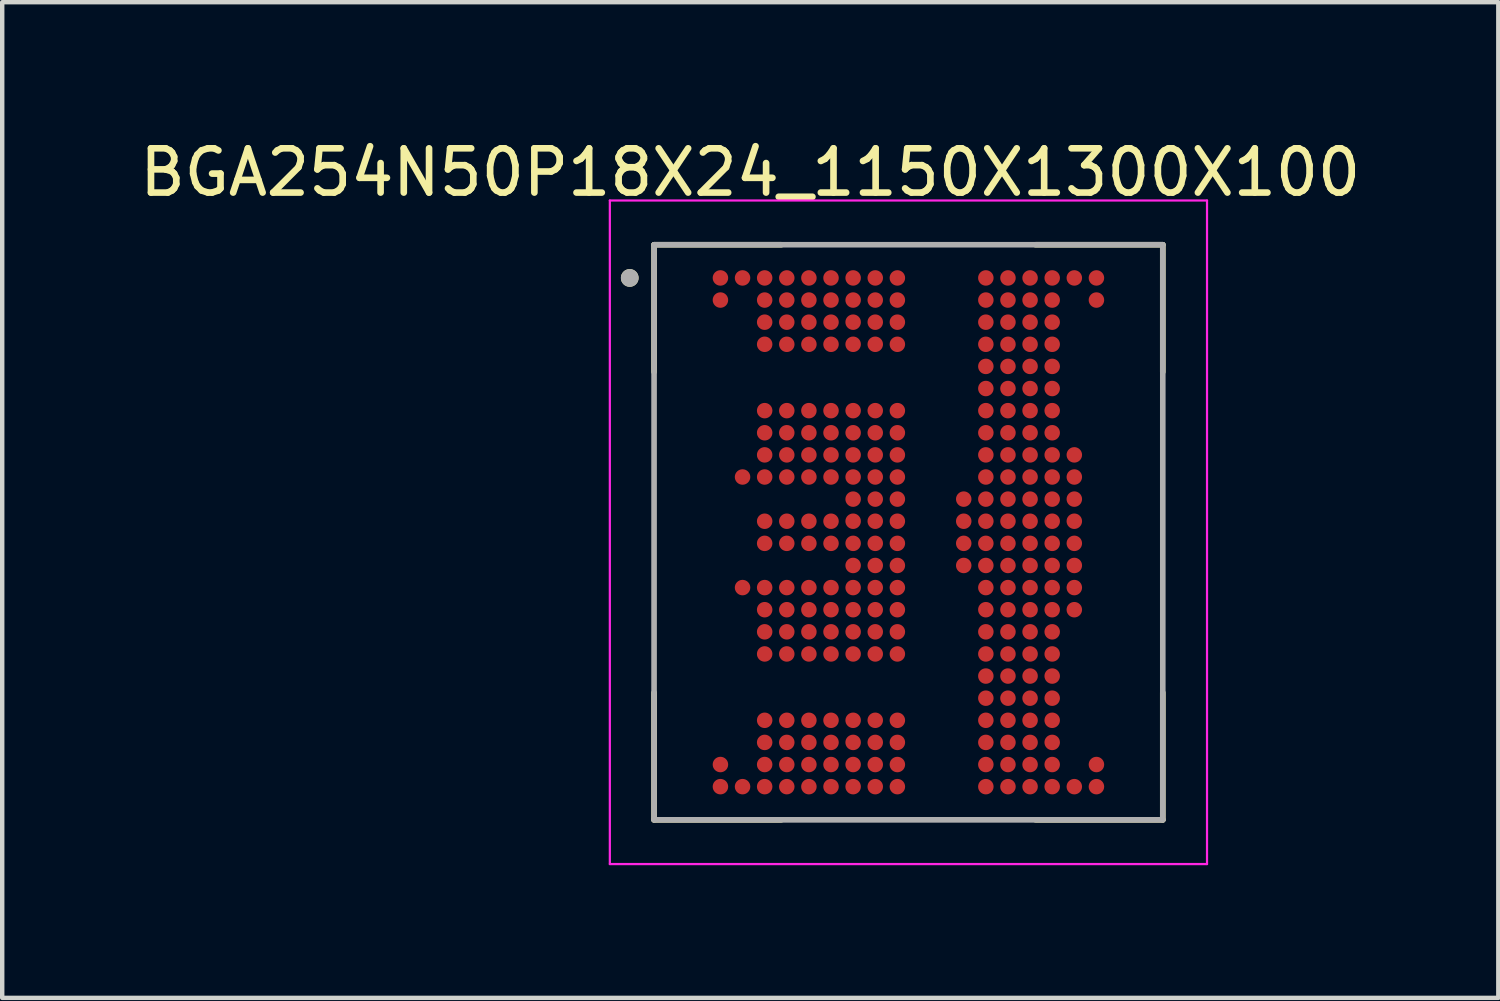
<source format=kicad_pcb>
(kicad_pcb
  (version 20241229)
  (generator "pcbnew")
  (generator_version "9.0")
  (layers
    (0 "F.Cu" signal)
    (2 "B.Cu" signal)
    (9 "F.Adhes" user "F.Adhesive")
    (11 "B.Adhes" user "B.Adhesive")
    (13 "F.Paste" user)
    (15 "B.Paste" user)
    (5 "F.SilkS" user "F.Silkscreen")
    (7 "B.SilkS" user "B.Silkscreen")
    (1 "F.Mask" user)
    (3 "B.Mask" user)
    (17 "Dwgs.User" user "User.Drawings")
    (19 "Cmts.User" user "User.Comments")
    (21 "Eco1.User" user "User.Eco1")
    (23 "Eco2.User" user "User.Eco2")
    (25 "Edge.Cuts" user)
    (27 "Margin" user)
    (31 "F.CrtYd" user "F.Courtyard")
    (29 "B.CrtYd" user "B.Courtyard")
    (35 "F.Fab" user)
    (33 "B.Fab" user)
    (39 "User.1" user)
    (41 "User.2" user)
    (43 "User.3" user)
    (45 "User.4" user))
  (footprint "BGA254N50P18X24_1150X1300X100"
    (layer "F.Cu")
    (at 17.486 8.983)
    (property "Reference" "BGA254N50P18X24_1150X1300X100" (at -3.575 -8.135 0) (layer "F.SilkS") (effects (font (size 1 1) (thickness 0.15))))
    (attr through_hole)
    (fp_circle (center -4.25 -5.75) (end -4.138 -5.75) (stroke (width 0.225) (type solid)) (fill no) (layer "F.Mask"))
    (fp_circle (center -4.25 -5.25) (end -4.138 -5.25) (stroke (width 0.225) (type solid)) (fill no) (layer "F.Mask"))
    (fp_circle (center -4.25 5.25) (end -4.138 5.25) (stroke (width 0.225) (type solid)) (fill no) (layer "F.Mask"))
    (fp_circle (center -4.25 5.75) (end -4.138 5.75) (stroke (width 0.225) (type solid)) (fill no) (layer "F.Mask"))
    (fp_circle (center -3.75 -5.75) (end -3.638 -5.75) (stroke (width 0.225) (type solid)) (fill no) (layer "F.Mask"))
    (fp_circle (center -3.75 -1.25) (end -3.638 -1.25) (stroke (width 0.225) (type solid)) (fill no) (layer "F.Mask"))
    (fp_circle (center -3.75 1.25) (end -3.638 1.25) (stroke (width 0.225) (type solid)) (fill no) (layer "F.Mask"))
    (fp_circle (center -3.75 5.75) (end -3.638 5.75) (stroke (width 0.225) (type solid)) (fill no) (layer "F.Mask"))
    (fp_circle (center -3.25 -5.75) (end -3.138 -5.75) (stroke (width 0.225) (type solid)) (fill no) (layer "F.Mask"))
    (fp_circle (center -3.25 -5.25) (end -3.138 -5.25) (stroke (width 0.225) (type solid)) (fill no) (layer "F.Mask"))
    (fp_circle (center -3.25 -4.75) (end -3.138 -4.75) (stroke (width 0.225) (type solid)) (fill no) (layer "F.Mask"))
    (fp_circle (center -3.25 -4.25) (end -3.138 -4.25) (stroke (width 0.225) (type solid)) (fill no) (layer "F.Mask"))
    (fp_circle (center -3.25 -2.75) (end -3.138 -2.75) (stroke (width 0.225) (type solid)) (fill no) (layer "F.Mask"))
    (fp_circle (center -3.25 -2.25) (end -3.138 -2.25) (stroke (width 0.225) (type solid)) (fill no) (layer "F.Mask"))
    (fp_circle (center -3.25 -1.75) (end -3.138 -1.75) (stroke (width 0.225) (type solid)) (fill no) (layer "F.Mask"))
    (fp_circle (center -3.25 -1.25) (end -3.138 -1.25) (stroke (width 0.225) (type solid)) (fill no) (layer "F.Mask"))
    (fp_circle (center -3.25 -0.25) (end -3.138 -0.25) (stroke (width 0.225) (type solid)) (fill no) (layer "F.Mask"))
    (fp_circle (center -3.25 0.25) (end -3.138 0.25) (stroke (width 0.225) (type solid)) (fill no) (layer "F.Mask"))
    (fp_circle (center -3.25 1.25) (end -3.138 1.25) (stroke (width 0.225) (type solid)) (fill no) (layer "F.Mask"))
    (fp_circle (center -3.25 1.75) (end -3.138 1.75) (stroke (width 0.225) (type solid)) (fill no) (layer "F.Mask"))
    (fp_circle (center -3.25 2.25) (end -3.138 2.25) (stroke (width 0.225) (type solid)) (fill no) (layer "F.Mask"))
    (fp_circle (center -3.25 2.75) (end -3.138 2.75) (stroke (width 0.225) (type solid)) (fill no) (layer "F.Mask"))
    (fp_circle (center -3.25 4.25) (end -3.138 4.25) (stroke (width 0.225) (type solid)) (fill no) (layer "F.Mask"))
    (fp_circle (center -3.25 4.75) (end -3.138 4.75) (stroke (width 0.225) (type solid)) (fill no) (layer "F.Mask"))
    (fp_circle (center -3.25 5.25) (end -3.138 5.25) (stroke (width 0.225) (type solid)) (fill no) (layer "F.Mask"))
    (fp_circle (center -3.25 5.75) (end -3.138 5.75) (stroke (width 0.225) (type solid)) (fill no) (layer "F.Mask"))
    (fp_circle (center -2.75 -5.75) (end -2.638 -5.75) (stroke (width 0.225) (type solid)) (fill no) (layer "F.Mask"))
    (fp_circle (center -2.75 -5.25) (end -2.638 -5.25) (stroke (width 0.225) (type solid)) (fill no) (layer "F.Mask"))
    (fp_circle (center -2.75 -4.75) (end -2.638 -4.75) (stroke (width 0.225) (type solid)) (fill no) (layer "F.Mask"))
    (fp_circle (center -2.75 -4.25) (end -2.638 -4.25) (stroke (width 0.225) (type solid)) (fill no) (layer "F.Mask"))
    (fp_circle (center -2.75 -2.75) (end -2.638 -2.75) (stroke (width 0.225) (type solid)) (fill no) (layer "F.Mask"))
    (fp_circle (center -2.75 -2.25) (end -2.638 -2.25) (stroke (width 0.225) (type solid)) (fill no) (layer "F.Mask"))
    (fp_circle (center -2.75 -1.75) (end -2.638 -1.75) (stroke (width 0.225) (type solid)) (fill no) (layer "F.Mask"))
    (fp_circle (center -2.75 -1.25) (end -2.638 -1.25) (stroke (width 0.225) (type solid)) (fill no) (layer "F.Mask"))
    (fp_circle (center -2.75 -0.25) (end -2.638 -0.25) (stroke (width 0.225) (type solid)) (fill no) (layer "F.Mask"))
    (fp_circle (center -2.75 0.25) (end -2.638 0.25) (stroke (width 0.225) (type solid)) (fill no) (layer "F.Mask"))
    (fp_circle (center -2.75 1.25) (end -2.638 1.25) (stroke (width 0.225) (type solid)) (fill no) (layer "F.Mask"))
    (fp_circle (center -2.75 1.75) (end -2.638 1.75) (stroke (width 0.225) (type solid)) (fill no) (layer "F.Mask"))
    (fp_circle (center -2.75 2.25) (end -2.638 2.25) (stroke (width 0.225) (type solid)) (fill no) (layer "F.Mask"))
    (fp_circle (center -2.75 2.75) (end -2.638 2.75) (stroke (width 0.225) (type solid)) (fill no) (layer "F.Mask"))
    (fp_circle (center -2.75 4.25) (end -2.638 4.25) (stroke (width 0.225) (type solid)) (fill no) (layer "F.Mask"))
    (fp_circle (center -2.75 4.75) (end -2.638 4.75) (stroke (width 0.225) (type solid)) (fill no) (layer "F.Mask"))
    (fp_circle (center -2.75 5.25) (end -2.638 5.25) (stroke (width 0.225) (type solid)) (fill no) (layer "F.Mask"))
    (fp_circle (center -2.75 5.75) (end -2.638 5.75) (stroke (width 0.225) (type solid)) (fill no) (layer "F.Mask"))
    (fp_circle (center -2.25 -5.75) (end -2.138 -5.75) (stroke (width 0.225) (type solid)) (fill no) (layer "F.Mask"))
    (fp_circle (center -2.25 -5.25) (end -2.138 -5.25) (stroke (width 0.225) (type solid)) (fill no) (layer "F.Mask"))
    (fp_circle (center -2.25 -4.75) (end -2.138 -4.75) (stroke (width 0.225) (type solid)) (fill no) (layer "F.Mask"))
    (fp_circle (center -2.25 -4.25) (end -2.138 -4.25) (stroke (width 0.225) (type solid)) (fill no) (layer "F.Mask"))
    (fp_circle (center -2.25 -2.75) (end -2.138 -2.75) (stroke (width 0.225) (type solid)) (fill no) (layer "F.Mask"))
    (fp_circle (center -2.25 -2.25) (end -2.138 -2.25) (stroke (width 0.225) (type solid)) (fill no) (layer "F.Mask"))
    (fp_circle (center -2.25 -1.75) (end -2.138 -1.75) (stroke (width 0.225) (type solid)) (fill no) (layer "F.Mask"))
    (fp_circle (center -2.25 -1.25) (end -2.138 -1.25) (stroke (width 0.225) (type solid)) (fill no) (layer "F.Mask"))
    (fp_circle (center -2.25 -0.25) (end -2.138 -0.25) (stroke (width 0.225) (type solid)) (fill no) (layer "F.Mask"))
    (fp_circle (center -2.25 0.25) (end -2.138 0.25) (stroke (width 0.225) (type solid)) (fill no) (layer "F.Mask"))
    (fp_circle (center -2.25 1.25) (end -2.138 1.25) (stroke (width 0.225) (type solid)) (fill no) (layer "F.Mask"))
    (fp_circle (center -2.25 1.75) (end -2.138 1.75) (stroke (width 0.225) (type solid)) (fill no) (layer "F.Mask"))
    (fp_circle (center -2.25 2.25) (end -2.138 2.25) (stroke (width 0.225) (type solid)) (fill no) (layer "F.Mask"))
    (fp_circle (center -2.25 2.75) (end -2.138 2.75) (stroke (width 0.225) (type solid)) (fill no) (layer "F.Mask"))
    (fp_circle (center -2.25 4.25) (end -2.138 4.25) (stroke (width 0.225) (type solid)) (fill no) (layer "F.Mask"))
    (fp_circle (center -2.25 4.75) (end -2.138 4.75) (stroke (width 0.225) (type solid)) (fill no) (layer "F.Mask"))
    (fp_circle (center -2.25 5.25) (end -2.138 5.25) (stroke (width 0.225) (type solid)) (fill no) (layer "F.Mask"))
    (fp_circle (center -2.25 5.75) (end -2.138 5.75) (stroke (width 0.225) (type solid)) (fill no) (layer "F.Mask"))
    (fp_circle (center -1.75 -5.75) (end -1.637 -5.75) (stroke (width 0.225) (type solid)) (fill no) (layer "F.Mask"))
    (fp_circle (center -1.75 -5.25) (end -1.637 -5.25) (stroke (width 0.225) (type solid)) (fill no) (layer "F.Mask"))
    (fp_circle (center -1.75 -4.75) (end -1.637 -4.75) (stroke (width 0.225) (type solid)) (fill no) (layer "F.Mask"))
    (fp_circle (center -1.75 -4.25) (end -1.637 -4.25) (stroke (width 0.225) (type solid)) (fill no) (layer "F.Mask"))
    (fp_circle (center -1.75 -2.75) (end -1.637 -2.75) (stroke (width 0.225) (type solid)) (fill no) (layer "F.Mask"))
    (fp_circle (center -1.75 -2.25) (end -1.637 -2.25) (stroke (width 0.225) (type solid)) (fill no) (layer "F.Mask"))
    (fp_circle (center -1.75 -1.75) (end -1.637 -1.75) (stroke (width 0.225) (type solid)) (fill no) (layer "F.Mask"))
    (fp_circle (center -1.75 -1.25) (end -1.637 -1.25) (stroke (width 0.225) (type solid)) (fill no) (layer "F.Mask"))
    (fp_circle (center -1.75 -0.25) (end -1.637 -0.25) (stroke (width 0.225) (type solid)) (fill no) (layer "F.Mask"))
    (fp_circle (center -1.75 0.25) (end -1.637 0.25) (stroke (width 0.225) (type solid)) (fill no) (layer "F.Mask"))
    (fp_circle (center -1.75 1.25) (end -1.637 1.25) (stroke (width 0.225) (type solid)) (fill no) (layer "F.Mask"))
    (fp_circle (center -1.75 1.75) (end -1.637 1.75) (stroke (width 0.225) (type solid)) (fill no) (layer "F.Mask"))
    (fp_circle (center -1.75 2.25) (end -1.637 2.25) (stroke (width 0.225) (type solid)) (fill no) (layer "F.Mask"))
    (fp_circle (center -1.75 2.75) (end -1.637 2.75) (stroke (width 0.225) (type solid)) (fill no) (layer "F.Mask"))
    (fp_circle (center -1.75 4.25) (end -1.637 4.25) (stroke (width 0.225) (type solid)) (fill no) (layer "F.Mask"))
    (fp_circle (center -1.75 4.75) (end -1.637 4.75) (stroke (width 0.225) (type solid)) (fill no) (layer "F.Mask"))
    (fp_circle (center -1.75 5.25) (end -1.637 5.25) (stroke (width 0.225) (type solid)) (fill no) (layer "F.Mask"))
    (fp_circle (center -1.75 5.75) (end -1.637 5.75) (stroke (width 0.225) (type solid)) (fill no) (layer "F.Mask"))
    (fp_circle (center -1.25 -5.75) (end -1.137 -5.75) (stroke (width 0.225) (type solid)) (fill no) (layer "F.Mask"))
    (fp_circle (center -1.25 -5.25) (end -1.137 -5.25) (stroke (width 0.225) (type solid)) (fill no) (layer "F.Mask"))
    (fp_circle (center -1.25 -4.75) (end -1.137 -4.75) (stroke (width 0.225) (type solid)) (fill no) (layer "F.Mask"))
    (fp_circle (center -1.25 -4.25) (end -1.137 -4.25) (stroke (width 0.225) (type solid)) (fill no) (layer "F.Mask"))
    (fp_circle (center -1.25 -2.75) (end -1.137 -2.75) (stroke (width 0.225) (type solid)) (fill no) (layer "F.Mask"))
    (fp_circle (center -1.25 -2.25) (end -1.137 -2.25) (stroke (width 0.225) (type solid)) (fill no) (layer "F.Mask"))
    (fp_circle (center -1.25 -1.75) (end -1.137 -1.75) (stroke (width 0.225) (type solid)) (fill no) (layer "F.Mask"))
    (fp_circle (center -1.25 -1.25) (end -1.137 -1.25) (stroke (width 0.225) (type solid)) (fill no) (layer "F.Mask"))
    (fp_circle (center -1.25 -0.75) (end -1.137 -0.75) (stroke (width 0.225) (type solid)) (fill no) (layer "F.Mask"))
    (fp_circle (center -1.25 -0.25) (end -1.137 -0.25) (stroke (width 0.225) (type solid)) (fill no) (layer "F.Mask"))
    (fp_circle (center -1.25 0.25) (end -1.137 0.25) (stroke (width 0.225) (type solid)) (fill no) (layer "F.Mask"))
    (fp_circle (center -1.25 0.75) (end -1.137 0.75) (stroke (width 0.225) (type solid)) (fill no) (layer "F.Mask"))
    (fp_circle (center -1.25 1.25) (end -1.137 1.25) (stroke (width 0.225) (type solid)) (fill no) (layer "F.Mask"))
    (fp_circle (center -1.25 1.75) (end -1.137 1.75) (stroke (width 0.225) (type solid)) (fill no) (layer "F.Mask"))
    (fp_circle (center -1.25 2.25) (end -1.137 2.25) (stroke (width 0.225) (type solid)) (fill no) (layer "F.Mask"))
    (fp_circle (center -1.25 2.75) (end -1.137 2.75) (stroke (width 0.225) (type solid)) (fill no) (layer "F.Mask"))
    (fp_circle (center -1.25 4.25) (end -1.137 4.25) (stroke (width 0.225) (type solid)) (fill no) (layer "F.Mask"))
    (fp_circle (center -1.25 4.75) (end -1.137 4.75) (stroke (width 0.225) (type solid)) (fill no) (layer "F.Mask"))
    (fp_circle (center -1.25 5.25) (end -1.137 5.25) (stroke (width 0.225) (type solid)) (fill no) (layer "F.Mask"))
    (fp_circle (center -1.25 5.75) (end -1.137 5.75) (stroke (width 0.225) (type solid)) (fill no) (layer "F.Mask"))
    (fp_circle (center -0.75 -5.75) (end -0.637 -5.75) (stroke (width 0.225) (type solid)) (fill no) (layer "F.Mask"))
    (fp_circle (center -0.75 -5.25) (end -0.637 -5.25) (stroke (width 0.225) (type solid)) (fill no) (layer "F.Mask"))
    (fp_circle (center -0.75 -4.75) (end -0.637 -4.75) (stroke (width 0.225) (type solid)) (fill no) (layer "F.Mask"))
    (fp_circle (center -0.75 -4.25) (end -0.637 -4.25) (stroke (width 0.225) (type solid)) (fill no) (layer "F.Mask"))
    (fp_circle (center -0.75 -2.75) (end -0.637 -2.75) (stroke (width 0.225) (type solid)) (fill no) (layer "F.Mask"))
    (fp_circle (center -0.75 -2.25) (end -0.637 -2.25) (stroke (width 0.225) (type solid)) (fill no) (layer "F.Mask"))
    (fp_circle (center -0.75 -1.75) (end -0.637 -1.75) (stroke (width 0.225) (type solid)) (fill no) (layer "F.Mask"))
    (fp_circle (center -0.75 -1.25) (end -0.637 -1.25) (stroke (width 0.225) (type solid)) (fill no) (layer "F.Mask"))
    (fp_circle (center -0.75 -0.75) (end -0.637 -0.75) (stroke (width 0.225) (type solid)) (fill no) (layer "F.Mask"))
    (fp_circle (center -0.75 -0.25) (end -0.637 -0.25) (stroke (width 0.225) (type solid)) (fill no) (layer "F.Mask"))
    (fp_circle (center -0.75 0.25) (end -0.637 0.25) (stroke (width 0.225) (type solid)) (fill no) (layer "F.Mask"))
    (fp_circle (center -0.75 0.75) (end -0.637 0.75) (stroke (width 0.225) (type solid)) (fill no) (layer "F.Mask"))
    (fp_circle (center -0.75 1.25) (end -0.637 1.25) (stroke (width 0.225) (type solid)) (fill no) (layer "F.Mask"))
    (fp_circle (center -0.75 1.75) (end -0.637 1.75) (stroke (width 0.225) (type solid)) (fill no) (layer "F.Mask"))
    (fp_circle (center -0.75 2.25) (end -0.637 2.25) (stroke (width 0.225) (type solid)) (fill no) (layer "F.Mask"))
    (fp_circle (center -0.75 2.75) (end -0.637 2.75) (stroke (width 0.225) (type solid)) (fill no) (layer "F.Mask"))
    (fp_circle (center -0.75 4.25) (end -0.637 4.25) (stroke (width 0.225) (type solid)) (fill no) (layer "F.Mask"))
    (fp_circle (center -0.75 4.75) (end -0.637 4.75) (stroke (width 0.225) (type solid)) (fill no) (layer "F.Mask"))
    (fp_circle (center -0.75 5.25) (end -0.637 5.25) (stroke (width 0.225) (type solid)) (fill no) (layer "F.Mask"))
    (fp_circle (center -0.75 5.75) (end -0.637 5.75) (stroke (width 0.225) (type solid)) (fill no) (layer "F.Mask"))
    (fp_circle (center -0.25 -5.75) (end -0.138 -5.75) (stroke (width 0.225) (type solid)) (fill no) (layer "F.Mask"))
    (fp_circle (center -0.25 -5.25) (end -0.138 -5.25) (stroke (width 0.225) (type solid)) (fill no) (layer "F.Mask"))
    (fp_circle (center -0.25 -4.75) (end -0.138 -4.75) (stroke (width 0.225) (type solid)) (fill no) (layer "F.Mask"))
    (fp_circle (center -0.25 -4.25) (end -0.138 -4.25) (stroke (width 0.225) (type solid)) (fill no) (layer "F.Mask"))
    (fp_circle (center -0.25 -2.75) (end -0.138 -2.75) (stroke (width 0.225) (type solid)) (fill no) (layer "F.Mask"))
    (fp_circle (center -0.25 -2.25) (end -0.138 -2.25) (stroke (width 0.225) (type solid)) (fill no) (layer "F.Mask"))
    (fp_circle (center -0.25 -1.75) (end -0.138 -1.75) (stroke (width 0.225) (type solid)) (fill no) (layer "F.Mask"))
    (fp_circle (center -0.25 -1.25) (end -0.138 -1.25) (stroke (width 0.225) (type solid)) (fill no) (layer "F.Mask"))
    (fp_circle (center -0.25 -0.75) (end -0.138 -0.75) (stroke (width 0.225) (type solid)) (fill no) (layer "F.Mask"))
    (fp_circle (center -0.25 -0.25) (end -0.138 -0.25) (stroke (width 0.225) (type solid)) (fill no) (layer "F.Mask"))
    (fp_circle (center -0.25 0.25) (end -0.138 0.25) (stroke (width 0.225) (type solid)) (fill no) (layer "F.Mask"))
    (fp_circle (center -0.25 0.75) (end -0.138 0.75) (stroke (width 0.225) (type solid)) (fill no) (layer "F.Mask"))
    (fp_circle (center -0.25 1.25) (end -0.138 1.25) (stroke (width 0.225) (type solid)) (fill no) (layer "F.Mask"))
    (fp_circle (center -0.25 1.75) (end -0.138 1.75) (stroke (width 0.225) (type solid)) (fill no) (layer "F.Mask"))
    (fp_circle (center -0.25 2.25) (end -0.138 2.25) (stroke (width 0.225) (type solid)) (fill no) (layer "F.Mask"))
    (fp_circle (center -0.25 2.75) (end -0.138 2.75) (stroke (width 0.225) (type solid)) (fill no) (layer "F.Mask"))
    (fp_circle (center -0.25 4.25) (end -0.138 4.25) (stroke (width 0.225) (type solid)) (fill no) (layer "F.Mask"))
    (fp_circle (center -0.25 4.75) (end -0.138 4.75) (stroke (width 0.225) (type solid)) (fill no) (layer "F.Mask"))
    (fp_circle (center -0.25 5.25) (end -0.138 5.25) (stroke (width 0.225) (type solid)) (fill no) (layer "F.Mask"))
    (fp_circle (center -0.25 5.75) (end -0.138 5.75) (stroke (width 0.225) (type solid)) (fill no) (layer "F.Mask"))
    (fp_circle (center 1.25 -0.75) (end 1.363 -0.75) (stroke (width 0.225) (type solid)) (fill no) (layer "F.Mask"))
    (fp_circle (center 1.25 -0.25) (end 1.363 -0.25) (stroke (width 0.225) (type solid)) (fill no) (layer "F.Mask"))
    (fp_circle (center 1.25 0.25) (end 1.363 0.25) (stroke (width 0.225) (type solid)) (fill no) (layer "F.Mask"))
    (fp_circle (center 1.25 0.75) (end 1.363 0.75) (stroke (width 0.225) (type solid)) (fill no) (layer "F.Mask"))
    (fp_circle (center 1.75 -5.75) (end 1.863 -5.75) (stroke (width 0.225) (type solid)) (fill no) (layer "F.Mask"))
    (fp_circle (center 1.75 -5.25) (end 1.863 -5.25) (stroke (width 0.225) (type solid)) (fill no) (layer "F.Mask"))
    (fp_circle (center 1.75 -4.75) (end 1.863 -4.75) (stroke (width 0.225) (type solid)) (fill no) (layer "F.Mask"))
    (fp_circle (center 1.75 -4.25) (end 1.863 -4.25) (stroke (width 0.225) (type solid)) (fill no) (layer "F.Mask"))
    (fp_circle (center 1.75 -3.75) (end 1.863 -3.75) (stroke (width 0.225) (type solid)) (fill no) (layer "F.Mask"))
    (fp_circle (center 1.75 -3.25) (end 1.863 -3.25) (stroke (width 0.225) (type solid)) (fill no) (layer "F.Mask"))
    (fp_circle (center 1.75 -2.75) (end 1.863 -2.75) (stroke (width 0.225) (type solid)) (fill no) (layer "F.Mask"))
    (fp_circle (center 1.75 -2.25) (end 1.863 -2.25) (stroke (width 0.225) (type solid)) (fill no) (layer "F.Mask"))
    (fp_circle (center 1.75 -1.75) (end 1.863 -1.75) (stroke (width 0.225) (type solid)) (fill no) (layer "F.Mask"))
    (fp_circle (center 1.75 -1.25) (end 1.863 -1.25) (stroke (width 0.225) (type solid)) (fill no) (layer "F.Mask"))
    (fp_circle (center 1.75 -0.75) (end 1.863 -0.75) (stroke (width 0.225) (type solid)) (fill no) (layer "F.Mask"))
    (fp_circle (center 1.75 -0.25) (end 1.863 -0.25) (stroke (width 0.225) (type solid)) (fill no) (layer "F.Mask"))
    (fp_circle (center 1.75 0.25) (end 1.863 0.25) (stroke (width 0.225) (type solid)) (fill no) (layer "F.Mask"))
    (fp_circle (center 1.75 0.75) (end 1.863 0.75) (stroke (width 0.225) (type solid)) (fill no) (layer "F.Mask"))
    (fp_circle (center 1.75 1.25) (end 1.863 1.25) (stroke (width 0.225) (type solid)) (fill no) (layer "F.Mask"))
    (fp_circle (center 1.75 1.75) (end 1.863 1.75) (stroke (width 0.225) (type solid)) (fill no) (layer "F.Mask"))
    (fp_circle (center 1.75 2.25) (end 1.863 2.25) (stroke (width 0.225) (type solid)) (fill no) (layer "F.Mask"))
    (fp_circle (center 1.75 2.75) (end 1.863 2.75) (stroke (width 0.225) (type solid)) (fill no) (layer "F.Mask"))
    (fp_circle (center 1.75 3.25) (end 1.863 3.25) (stroke (width 0.225) (type solid)) (fill no) (layer "F.Mask"))
    (fp_circle (center 1.75 3.75) (end 1.863 3.75) (stroke (width 0.225) (type solid)) (fill no) (layer "F.Mask"))
    (fp_circle (center 1.75 4.25) (end 1.863 4.25) (stroke (width 0.225) (type solid)) (fill no) (layer "F.Mask"))
    (fp_circle (center 1.75 4.75) (end 1.863 4.75) (stroke (width 0.225) (type solid)) (fill no) (layer "F.Mask"))
    (fp_circle (center 1.75 5.25) (end 1.863 5.25) (stroke (width 0.225) (type solid)) (fill no) (layer "F.Mask"))
    (fp_circle (center 1.75 5.75) (end 1.863 5.75) (stroke (width 0.225) (type solid)) (fill no) (layer "F.Mask"))
    (fp_circle (center 2.25 -5.75) (end 2.362 -5.75) (stroke (width 0.225) (type solid)) (fill no) (layer "F.Mask"))
    (fp_circle (center 2.25 -5.25) (end 2.362 -5.25) (stroke (width 0.225) (type solid)) (fill no) (layer "F.Mask"))
    (fp_circle (center 2.25 -4.75) (end 2.362 -4.75) (stroke (width 0.225) (type solid)) (fill no) (layer "F.Mask"))
    (fp_circle (center 2.25 -4.25) (end 2.362 -4.25) (stroke (width 0.225) (type solid)) (fill no) (layer "F.Mask"))
    (fp_circle (center 2.25 -3.75) (end 2.362 -3.75) (stroke (width 0.225) (type solid)) (fill no) (layer "F.Mask"))
    (fp_circle (center 2.25 -3.25) (end 2.362 -3.25) (stroke (width 0.225) (type solid)) (fill no) (layer "F.Mask"))
    (fp_circle (center 2.25 -2.75) (end 2.362 -2.75) (stroke (width 0.225) (type solid)) (fill no) (layer "F.Mask"))
    (fp_circle (center 2.25 -2.25) (end 2.362 -2.25) (stroke (width 0.225) (type solid)) (fill no) (layer "F.Mask"))
    (fp_circle (center 2.25 -1.75) (end 2.362 -1.75) (stroke (width 0.225) (type solid)) (fill no) (layer "F.Mask"))
    (fp_circle (center 2.25 -1.25) (end 2.362 -1.25) (stroke (width 0.225) (type solid)) (fill no) (layer "F.Mask"))
    (fp_circle (center 2.25 -0.75) (end 2.362 -0.75) (stroke (width 0.225) (type solid)) (fill no) (layer "F.Mask"))
    (fp_circle (center 2.25 -0.25) (end 2.362 -0.25) (stroke (width 0.225) (type solid)) (fill no) (layer "F.Mask"))
    (fp_circle (center 2.25 0.25) (end 2.362 0.25) (stroke (width 0.225) (type solid)) (fill no) (layer "F.Mask"))
    (fp_circle (center 2.25 0.75) (end 2.362 0.75) (stroke (width 0.225) (type solid)) (fill no) (layer "F.Mask"))
    (fp_circle (center 2.25 1.25) (end 2.362 1.25) (stroke (width 0.225) (type solid)) (fill no) (layer "F.Mask"))
    (fp_circle (center 2.25 1.75) (end 2.362 1.75) (stroke (width 0.225) (type solid)) (fill no) (layer "F.Mask"))
    (fp_circle (center 2.25 2.25) (end 2.362 2.25) (stroke (width 0.225) (type solid)) (fill no) (layer "F.Mask"))
    (fp_circle (center 2.25 2.75) (end 2.362 2.75) (stroke (width 0.225) (type solid)) (fill no) (layer "F.Mask"))
    (fp_circle (center 2.25 3.25) (end 2.362 3.25) (stroke (width 0.225) (type solid)) (fill no) (layer "F.Mask"))
    (fp_circle (center 2.25 3.75) (end 2.362 3.75) (stroke (width 0.225) (type solid)) (fill no) (layer "F.Mask"))
    (fp_circle (center 2.25 4.25) (end 2.362 4.25) (stroke (width 0.225) (type solid)) (fill no) (layer "F.Mask"))
    (fp_circle (center 2.25 4.75) (end 2.362 4.75) (stroke (width 0.225) (type solid)) (fill no) (layer "F.Mask"))
    (fp_circle (center 2.25 5.25) (end 2.362 5.25) (stroke (width 0.225) (type solid)) (fill no) (layer "F.Mask"))
    (fp_circle (center 2.25 5.75) (end 2.362 5.75) (stroke (width 0.225) (type solid)) (fill no) (layer "F.Mask"))
    (fp_circle (center 2.75 -5.75) (end 2.862 -5.75) (stroke (width 0.225) (type solid)) (fill no) (layer "F.Mask"))
    (fp_circle (center 2.75 -5.25) (end 2.862 -5.25) (stroke (width 0.225) (type solid)) (fill no) (layer "F.Mask"))
    (fp_circle (center 2.75 -4.75) (end 2.862 -4.75) (stroke (width 0.225) (type solid)) (fill no) (layer "F.Mask"))
    (fp_circle (center 2.75 -4.25) (end 2.862 -4.25) (stroke (width 0.225) (type solid)) (fill no) (layer "F.Mask"))
    (fp_circle (center 2.75 -3.75) (end 2.862 -3.75) (stroke (width 0.225) (type solid)) (fill no) (layer "F.Mask"))
    (fp_circle (center 2.75 -3.25) (end 2.862 -3.25) (stroke (width 0.225) (type solid)) (fill no) (layer "F.Mask"))
    (fp_circle (center 2.75 -2.75) (end 2.862 -2.75) (stroke (width 0.225) (type solid)) (fill no) (layer "F.Mask"))
    (fp_circle (center 2.75 -2.25) (end 2.862 -2.25) (stroke (width 0.225) (type solid)) (fill no) (layer "F.Mask"))
    (fp_circle (center 2.75 -1.75) (end 2.862 -1.75) (stroke (width 0.225) (type solid)) (fill no) (layer "F.Mask"))
    (fp_circle (center 2.75 -1.25) (end 2.862 -1.25) (stroke (width 0.225) (type solid)) (fill no) (layer "F.Mask"))
    (fp_circle (center 2.75 -0.75) (end 2.862 -0.75) (stroke (width 0.225) (type solid)) (fill no) (layer "F.Mask"))
    (fp_circle (center 2.75 -0.25) (end 2.862 -0.25) (stroke (width 0.225) (type solid)) (fill no) (layer "F.Mask"))
    (fp_circle (center 2.75 0.25) (end 2.862 0.25) (stroke (width 0.225) (type solid)) (fill no) (layer "F.Mask"))
    (fp_circle (center 2.75 0.75) (end 2.862 0.75) (stroke (width 0.225) (type solid)) (fill no) (layer "F.Mask"))
    (fp_circle (center 2.75 1.25) (end 2.862 1.25) (stroke (width 0.225) (type solid)) (fill no) (layer "F.Mask"))
    (fp_circle (center 2.75 1.75) (end 2.862 1.75) (stroke (width 0.225) (type solid)) (fill no) (layer "F.Mask"))
    (fp_circle (center 2.75 2.25) (end 2.862 2.25) (stroke (width 0.225) (type solid)) (fill no) (layer "F.Mask"))
    (fp_circle (center 2.75 2.75) (end 2.862 2.75) (stroke (width 0.225) (type solid)) (fill no) (layer "F.Mask"))
    (fp_circle (center 2.75 3.25) (end 2.862 3.25) (stroke (width 0.225) (type solid)) (fill no) (layer "F.Mask"))
    (fp_circle (center 2.75 3.75) (end 2.862 3.75) (stroke (width 0.225) (type solid)) (fill no) (layer "F.Mask"))
    (fp_circle (center 2.75 4.25) (end 2.862 4.25) (stroke (width 0.225) (type solid)) (fill no) (layer "F.Mask"))
    (fp_circle (center 2.75 4.75) (end 2.862 4.75) (stroke (width 0.225) (type solid)) (fill no) (layer "F.Mask"))
    (fp_circle (center 2.75 5.25) (end 2.862 5.25) (stroke (width 0.225) (type solid)) (fill no) (layer "F.Mask"))
    (fp_circle (center 2.75 5.75) (end 2.862 5.75) (stroke (width 0.225) (type solid)) (fill no) (layer "F.Mask"))
    (fp_circle (center 3.25 -5.75) (end 3.362 -5.75) (stroke (width 0.225) (type solid)) (fill no) (layer "F.Mask"))
    (fp_circle (center 3.25 -5.25) (end 3.362 -5.25) (stroke (width 0.225) (type solid)) (fill no) (layer "F.Mask"))
    (fp_circle (center 3.25 -4.75) (end 3.362 -4.75) (stroke (width 0.225) (type solid)) (fill no) (layer "F.Mask"))
    (fp_circle (center 3.25 -4.25) (end 3.362 -4.25) (stroke (width 0.225) (type solid)) (fill no) (layer "F.Mask"))
    (fp_circle (center 3.25 -3.75) (end 3.362 -3.75) (stroke (width 0.225) (type solid)) (fill no) (layer "F.Mask"))
    (fp_circle (center 3.25 -3.25) (end 3.362 -3.25) (stroke (width 0.225) (type solid)) (fill no) (layer "F.Mask"))
    (fp_circle (center 3.25 -2.75) (end 3.362 -2.75) (stroke (width 0.225) (type solid)) (fill no) (layer "F.Mask"))
    (fp_circle (center 3.25 -2.25) (end 3.362 -2.25) (stroke (width 0.225) (type solid)) (fill no) (layer "F.Mask"))
    (fp_circle (center 3.25 -1.75) (end 3.362 -1.75) (stroke (width 0.225) (type solid)) (fill no) (layer "F.Mask"))
    (fp_circle (center 3.25 -1.25) (end 3.362 -1.25) (stroke (width 0.225) (type solid)) (fill no) (layer "F.Mask"))
    (fp_circle (center 3.25 -0.75) (end 3.362 -0.75) (stroke (width 0.225) (type solid)) (fill no) (layer "F.Mask"))
    (fp_circle (center 3.25 -0.25) (end 3.362 -0.25) (stroke (width 0.225) (type solid)) (fill no) (layer "F.Mask"))
    (fp_circle (center 3.25 0.25) (end 3.362 0.25) (stroke (width 0.225) (type solid)) (fill no) (layer "F.Mask"))
    (fp_circle (center 3.25 0.75) (end 3.362 0.75) (stroke (width 0.225) (type solid)) (fill no) (layer "F.Mask"))
    (fp_circle (center 3.25 1.25) (end 3.362 1.25) (stroke (width 0.225) (type solid)) (fill no) (layer "F.Mask"))
    (fp_circle (center 3.25 1.75) (end 3.362 1.75) (stroke (width 0.225) (type solid)) (fill no) (layer "F.Mask"))
    (fp_circle (center 3.25 2.25) (end 3.362 2.25) (stroke (width 0.225) (type solid)) (fill no) (layer "F.Mask"))
    (fp_circle (center 3.25 2.75) (end 3.362 2.75) (stroke (width 0.225) (type solid)) (fill no) (layer "F.Mask"))
    (fp_circle (center 3.25 3.25) (end 3.362 3.25) (stroke (width 0.225) (type solid)) (fill no) (layer "F.Mask"))
    (fp_circle (center 3.25 3.75) (end 3.362 3.75) (stroke (width 0.225) (type solid)) (fill no) (layer "F.Mask"))
    (fp_circle (center 3.25 4.25) (end 3.362 4.25) (stroke (width 0.225) (type solid)) (fill no) (layer "F.Mask"))
    (fp_circle (center 3.25 4.75) (end 3.362 4.75) (stroke (width 0.225) (type solid)) (fill no) (layer "F.Mask"))
    (fp_circle (center 3.25 5.25) (end 3.362 5.25) (stroke (width 0.225) (type solid)) (fill no) (layer "F.Mask"))
    (fp_circle (center 3.25 5.75) (end 3.362 5.75) (stroke (width 0.225) (type solid)) (fill no) (layer "F.Mask"))
    (fp_circle (center 3.75 -5.75) (end 3.862 -5.75) (stroke (width 0.225) (type solid)) (fill no) (layer "F.Mask"))
    (fp_circle (center 3.75 -1.75) (end 3.862 -1.75) (stroke (width 0.225) (type solid)) (fill no) (layer "F.Mask"))
    (fp_circle (center 3.75 -1.25) (end 3.862 -1.25) (stroke (width 0.225) (type solid)) (fill no) (layer "F.Mask"))
    (fp_circle (center 3.75 -0.75) (end 3.862 -0.75) (stroke (width 0.225) (type solid)) (fill no) (layer "F.Mask"))
    (fp_circle (center 3.75 -0.25) (end 3.862 -0.25) (stroke (width 0.225) (type solid)) (fill no) (layer "F.Mask"))
    (fp_circle (center 3.75 0.25) (end 3.862 0.25) (stroke (width 0.225) (type solid)) (fill no) (layer "F.Mask"))
    (fp_circle (center 3.75 0.75) (end 3.862 0.75) (stroke (width 0.225) (type solid)) (fill no) (layer "F.Mask"))
    (fp_circle (center 3.75 1.25) (end 3.862 1.25) (stroke (width 0.225) (type solid)) (fill no) (layer "F.Mask"))
    (fp_circle (center 3.75 1.75) (end 3.862 1.75) (stroke (width 0.225) (type solid)) (fill no) (layer "F.Mask"))
    (fp_circle (center 3.75 5.75) (end 3.862 5.75) (stroke (width 0.225) (type solid)) (fill no) (layer "F.Mask"))
    (fp_circle (center 4.25 -5.75) (end 4.362 -5.75) (stroke (width 0.225) (type solid)) (fill no) (layer "F.Mask"))
    (fp_circle (center 4.25 -5.25) (end 4.362 -5.25) (stroke (width 0.225) (type solid)) (fill no) (layer "F.Mask"))
    (fp_circle (center 4.25 5.25) (end 4.362 5.25) (stroke (width 0.225) (type solid)) (fill no) (layer "F.Mask"))
    (fp_circle (center 4.25 5.75) (end 4.362 5.75) (stroke (width 0.225) (type solid)) (fill no) (layer "F.Mask"))
    (fp_line (start -5.75 -6.5) (end -5.75 -3.625) (stroke (width 0.127) (type solid)) (layer "F.SilkS"))
    (fp_line (start -5.75 -6.5) (end -2.875 -6.5) (stroke (width 0.127) (type solid)) (layer "F.SilkS"))
    (fp_line (start -5.75 6.5) (end -5.75 3.625) (stroke (width 0.127) (type solid)) (layer "F.SilkS"))
    (fp_line (start -5.75 6.5) (end -2.875 6.5) (stroke (width 0.127) (type solid)) (layer "F.SilkS"))
    (fp_line (start 5.75 -6.5) (end 2.875 -6.5) (stroke (width 0.127) (type solid)) (layer "F.SilkS"))
    (fp_line (start 5.75 -6.5) (end 5.75 -3.625) (stroke (width 0.127) (type solid)) (layer "F.SilkS"))
    (fp_line (start 5.75 6.5) (end 2.875 6.5) (stroke (width 0.127) (type solid)) (layer "F.SilkS"))
    (fp_line (start 5.75 6.5) (end 5.75 3.625) (stroke (width 0.127) (type solid)) (layer "F.SilkS"))
    (fp_circle (center -6.3 -5.75) (end -6.2 -5.75) (stroke (width 0.2) (type solid)) (fill no) (layer "F.SilkS"))
    (fp_line (start -6.75 -7.5) (end 6.75 -7.5) (stroke (width 0.05) (type solid)) (layer "F.CrtYd"))
    (fp_line (start -6.75 7.5) (end -6.75 -7.5) (stroke (width 0.05) (type solid)) (layer "F.CrtYd"))
    (fp_line (start -6.75 7.5) (end 6.75 7.5) (stroke (width 0.05) (type solid)) (layer "F.CrtYd"))
    (fp_line (start 6.75 7.5) (end 6.75 -7.5) (stroke (width 0.05) (type solid)) (layer "F.CrtYd"))
    (fp_line (start -5.75 6.5) (end -5.75 -6.5) (stroke (width 0.127) (type solid)) (layer "F.Fab"))
    (fp_line (start 5.75 -6.5) (end -5.75 -6.5) (stroke (width 0.127) (type solid)) (layer "F.Fab"))
    (fp_line (start 5.75 6.5) (end -5.75 6.5) (stroke (width 0.127) (type solid)) (layer "F.Fab"))
    (fp_line (start 5.75 6.5) (end 5.75 -6.5) (stroke (width 0.127) (type solid)) (layer "F.Fab"))
    (fp_circle (center -6.3 -5.75) (end -6.2 -5.75) (stroke (width 0.2) (type solid)) (fill no) (layer "F.Fab"))
    (pad "A1" smd circle (at -4.25 -5.75) (size 0.35 0.35) (layers "F.Cu" "F.Paste"))
    (pad "A2" smd circle (at -3.75 -5.75) (size 0.35 0.35) (layers "F.Cu" "F.Paste"))
    (pad "A3" smd circle (at -3.25 -5.75) (size 0.35 0.35) (layers "F.Cu" "F.Paste"))
    (pad "A4" smd circle (at -2.75 -5.75) (size 0.35 0.35) (layers "F.Cu" "F.Paste"))
    (pad "A5" smd circle (at -2.25 -5.75) (size 0.35 0.35) (layers "F.Cu" "F.Paste"))
    (pad "A6" smd circle (at -1.75 -5.75) (size 0.35 0.35) (layers "F.Cu" "F.Paste"))
    (pad "A7" smd circle (at -1.25 -5.75) (size 0.35 0.35) (layers "F.Cu" "F.Paste"))
    (pad "A8" smd circle (at -0.75 -5.75) (size 0.35 0.35) (layers "F.Cu" "F.Paste"))
    (pad "A9" smd circle (at -0.25 -5.75) (size 0.35 0.35) (layers "F.Cu" "F.Paste"))
    (pad "A13" smd circle (at 1.75 -5.75) (size 0.35 0.35) (layers "F.Cu" "F.Paste"))
    (pad "A14" smd circle (at 2.25 -5.75) (size 0.35 0.35) (layers "F.Cu" "F.Paste"))
    (pad "A15" smd circle (at 2.75 -5.75) (size 0.35 0.35) (layers "F.Cu" "F.Paste"))
    (pad "A16" smd circle (at 3.25 -5.75) (size 0.35 0.35) (layers "F.Cu" "F.Paste"))
    (pad "A17" smd circle (at 3.75 -5.75) (size 0.35 0.35) (layers "F.Cu" "F.Paste"))
    (pad "A18" smd circle (at 4.25 -5.75) (size 0.35 0.35) (layers "F.Cu" "F.Paste"))
    (pad "AA3" smd circle (at -3.25 4.25) (size 0.35 0.35) (layers "F.Cu" "F.Paste"))
    (pad "AA4" smd circle (at -2.75 4.25) (size 0.35 0.35) (layers "F.Cu" "F.Paste"))
    (pad "AA5" smd circle (at -2.25 4.25) (size 0.35 0.35) (layers "F.Cu" "F.Paste"))
    (pad "AA6" smd circle (at -1.75 4.25) (size 0.35 0.35) (layers "F.Cu" "F.Paste"))
    (pad "AA7" smd circle (at -1.25 4.25) (size 0.35 0.35) (layers "F.Cu" "F.Paste"))
    (pad "AA8" smd circle (at -0.75 4.25) (size 0.35 0.35) (layers "F.Cu" "F.Paste"))
    (pad "AA9" smd circle (at -0.25 4.25) (size 0.35 0.35) (layers "F.Cu" "F.Paste"))
    (pad "AA13" smd circle (at 1.75 4.25) (size 0.35 0.35) (layers "F.Cu" "F.Paste"))
    (pad "AA14" smd circle (at 2.25 4.25) (size 0.35 0.35) (layers "F.Cu" "F.Paste"))
    (pad "AA15" smd circle (at 2.75 4.25) (size 0.35 0.35) (layers "F.Cu" "F.Paste"))
    (pad "AA16" smd circle (at 3.25 4.25) (size 0.35 0.35) (layers "F.Cu" "F.Paste"))
    (pad "AB3" smd circle (at -3.25 4.75) (size 0.35 0.35) (layers "F.Cu" "F.Paste"))
    (pad "AB4" smd circle (at -2.75 4.75) (size 0.35 0.35) (layers "F.Cu" "F.Paste"))
    (pad "AB5" smd circle (at -2.25 4.75) (size 0.35 0.35) (layers "F.Cu" "F.Paste"))
    (pad "AB6" smd circle (at -1.75 4.75) (size 0.35 0.35) (layers "F.Cu" "F.Paste"))
    (pad "AB7" smd circle (at -1.25 4.75) (size 0.35 0.35) (layers "F.Cu" "F.Paste"))
    (pad "AB8" smd circle (at -0.75 4.75) (size 0.35 0.35) (layers "F.Cu" "F.Paste"))
    (pad "AB9" smd circle (at -0.25 4.75) (size 0.35 0.35) (layers "F.Cu" "F.Paste"))
    (pad "AB13" smd circle (at 1.75 4.75) (size 0.35 0.35) (layers "F.Cu" "F.Paste"))
    (pad "AB14" smd circle (at 2.25 4.75) (size 0.35 0.35) (layers "F.Cu" "F.Paste"))
    (pad "AB15" smd circle (at 2.75 4.75) (size 0.35 0.35) (layers "F.Cu" "F.Paste"))
    (pad "AB16" smd circle (at 3.25 4.75) (size 0.35 0.35) (layers "F.Cu" "F.Paste"))
    (pad "AC1" smd circle (at -4.25 5.25) (size 0.35 0.35) (layers "F.Cu" "F.Paste"))
    (pad "AC3" smd circle (at -3.25 5.25) (size 0.35 0.35) (layers "F.Cu" "F.Paste"))
    (pad "AC4" smd circle (at -2.75 5.25) (size 0.35 0.35) (layers "F.Cu" "F.Paste"))
    (pad "AC5" smd circle (at -2.25 5.25) (size 0.35 0.35) (layers "F.Cu" "F.Paste"))
    (pad "AC6" smd circle (at -1.75 5.25) (size 0.35 0.35) (layers "F.Cu" "F.Paste"))
    (pad "AC7" smd circle (at -1.25 5.25) (size 0.35 0.35) (layers "F.Cu" "F.Paste"))
    (pad "AC8" smd circle (at -0.75 5.25) (size 0.35 0.35) (layers "F.Cu" "F.Paste"))
    (pad "AC9" smd circle (at -0.25 5.25) (size 0.35 0.35) (layers "F.Cu" "F.Paste"))
    (pad "AC13" smd circle (at 1.75 5.25) (size 0.35 0.35) (layers "F.Cu" "F.Paste"))
    (pad "AC14" smd circle (at 2.25 5.25) (size 0.35 0.35) (layers "F.Cu" "F.Paste"))
    (pad "AC15" smd circle (at 2.75 5.25) (size 0.35 0.35) (layers "F.Cu" "F.Paste"))
    (pad "AC16" smd circle (at 3.25 5.25) (size 0.35 0.35) (layers "F.Cu" "F.Paste"))
    (pad "AC18" smd circle (at 4.25 5.25) (size 0.35 0.35) (layers "F.Cu" "F.Paste"))
    (pad "AD1" smd circle (at -4.25 5.75) (size 0.35 0.35) (layers "F.Cu" "F.Paste"))
    (pad "AD2" smd circle (at -3.75 5.75) (size 0.35 0.35) (layers "F.Cu" "F.Paste"))
    (pad "AD3" smd circle (at -3.25 5.75) (size 0.35 0.35) (layers "F.Cu" "F.Paste"))
    (pad "AD4" smd circle (at -2.75 5.75) (size 0.35 0.35) (layers "F.Cu" "F.Paste"))
    (pad "AD5" smd circle (at -2.25 5.75) (size 0.35 0.35) (layers "F.Cu" "F.Paste"))
    (pad "AD6" smd circle (at -1.75 5.75) (size 0.35 0.35) (layers "F.Cu" "F.Paste"))
    (pad "AD7" smd circle (at -1.25 5.75) (size 0.35 0.35) (layers "F.Cu" "F.Paste"))
    (pad "AD8" smd circle (at -0.75 5.75) (size 0.35 0.35) (layers "F.Cu" "F.Paste"))
    (pad "AD9" smd circle (at -0.25 5.75) (size 0.35 0.35) (layers "F.Cu" "F.Paste"))
    (pad "AD13" smd circle (at 1.75 5.75) (size 0.35 0.35) (layers "F.Cu" "F.Paste"))
    (pad "AD14" smd circle (at 2.25 5.75) (size 0.35 0.35) (layers "F.Cu" "F.Paste"))
    (pad "AD15" smd circle (at 2.75 5.75) (size 0.35 0.35) (layers "F.Cu" "F.Paste"))
    (pad "AD16" smd circle (at 3.25 5.75) (size 0.35 0.35) (layers "F.Cu" "F.Paste"))
    (pad "AD17" smd circle (at 3.75 5.75) (size 0.35 0.35) (layers "F.Cu" "F.Paste"))
    (pad "AD18" smd circle (at 4.25 5.75) (size 0.35 0.35) (layers "F.Cu" "F.Paste"))
    (pad "B1" smd circle (at -4.25 -5.25) (size 0.35 0.35) (layers "F.Cu" "F.Paste"))
    (pad "B3" smd circle (at -3.25 -5.25) (size 0.35 0.35) (layers "F.Cu" "F.Paste"))
    (pad "B4" smd circle (at -2.75 -5.25) (size 0.35 0.35) (layers "F.Cu" "F.Paste"))
    (pad "B5" smd circle (at -2.25 -5.25) (size 0.35 0.35) (layers "F.Cu" "F.Paste"))
    (pad "B6" smd circle (at -1.75 -5.25) (size 0.35 0.35) (layers "F.Cu" "F.Paste"))
    (pad "B7" smd circle (at -1.25 -5.25) (size 0.35 0.35) (layers "F.Cu" "F.Paste"))
    (pad "B8" smd circle (at -0.75 -5.25) (size 0.35 0.35) (layers "F.Cu" "F.Paste"))
    (pad "B9" smd circle (at -0.25 -5.25) (size 0.35 0.35) (layers "F.Cu" "F.Paste"))
    (pad "B13" smd circle (at 1.75 -5.25) (size 0.35 0.35) (layers "F.Cu" "F.Paste"))
    (pad "B14" smd circle (at 2.25 -5.25) (size 0.35 0.35) (layers "F.Cu" "F.Paste"))
    (pad "B15" smd circle (at 2.75 -5.25) (size 0.35 0.35) (layers "F.Cu" "F.Paste"))
    (pad "B16" smd circle (at 3.25 -5.25) (size 0.35 0.35) (layers "F.Cu" "F.Paste"))
    (pad "B18" smd circle (at 4.25 -5.25) (size 0.35 0.35) (layers "F.Cu" "F.Paste"))
    (pad "C3" smd circle (at -3.25 -4.75) (size 0.35 0.35) (layers "F.Cu" "F.Paste"))
    (pad "C4" smd circle (at -2.75 -4.75) (size 0.35 0.35) (layers "F.Cu" "F.Paste"))
    (pad "C5" smd circle (at -2.25 -4.75) (size 0.35 0.35) (layers "F.Cu" "F.Paste"))
    (pad "C6" smd circle (at -1.75 -4.75) (size 0.35 0.35) (layers "F.Cu" "F.Paste"))
    (pad "C7" smd circle (at -1.25 -4.75) (size 0.35 0.35) (layers "F.Cu" "F.Paste"))
    (pad "C8" smd circle (at -0.75 -4.75) (size 0.35 0.35) (layers "F.Cu" "F.Paste"))
    (pad "C9" smd circle (at -0.25 -4.75) (size 0.35 0.35) (layers "F.Cu" "F.Paste"))
    (pad "C13" smd circle (at 1.75 -4.75) (size 0.35 0.35) (layers "F.Cu" "F.Paste"))
    (pad "C14" smd circle (at 2.25 -4.75) (size 0.35 0.35) (layers "F.Cu" "F.Paste"))
    (pad "C15" smd circle (at 2.75 -4.75) (size 0.35 0.35) (layers "F.Cu" "F.Paste"))
    (pad "C16" smd circle (at 3.25 -4.75) (size 0.35 0.35) (layers "F.Cu" "F.Paste"))
    (pad "D3" smd circle (at -3.25 -4.25) (size 0.35 0.35) (layers "F.Cu" "F.Paste"))
    (pad "D4" smd circle (at -2.75 -4.25) (size 0.35 0.35) (layers "F.Cu" "F.Paste"))
    (pad "D5" smd circle (at -2.25 -4.25) (size 0.35 0.35) (layers "F.Cu" "F.Paste"))
    (pad "D6" smd circle (at -1.75 -4.25) (size 0.35 0.35) (layers "F.Cu" "F.Paste"))
    (pad "D7" smd circle (at -1.25 -4.25) (size 0.35 0.35) (layers "F.Cu" "F.Paste"))
    (pad "D8" smd circle (at -0.75 -4.25) (size 0.35 0.35) (layers "F.Cu" "F.Paste"))
    (pad "D9" smd circle (at -0.25 -4.25) (size 0.35 0.35) (layers "F.Cu" "F.Paste"))
    (pad "D13" smd circle (at 1.75 -4.25) (size 0.35 0.35) (layers "F.Cu" "F.Paste"))
    (pad "D14" smd circle (at 2.25 -4.25) (size 0.35 0.35) (layers "F.Cu" "F.Paste"))
    (pad "D15" smd circle (at 2.75 -4.25) (size 0.35 0.35) (layers "F.Cu" "F.Paste"))
    (pad "D16" smd circle (at 3.25 -4.25) (size 0.35 0.35) (layers "F.Cu" "F.Paste"))
    (pad "E13" smd circle (at 1.75 -3.75) (size 0.35 0.35) (layers "F.Cu" "F.Paste"))
    (pad "E14" smd circle (at 2.25 -3.75) (size 0.35 0.35) (layers "F.Cu" "F.Paste"))
    (pad "E15" smd circle (at 2.75 -3.75) (size 0.35 0.35) (layers "F.Cu" "F.Paste"))
    (pad "E16" smd circle (at 3.25 -3.75) (size 0.35 0.35) (layers "F.Cu" "F.Paste"))
    (pad "F13" smd circle (at 1.75 -3.25) (size 0.35 0.35) (layers "F.Cu" "F.Paste"))
    (pad "F14" smd circle (at 2.25 -3.25) (size 0.35 0.35) (layers "F.Cu" "F.Paste"))
    (pad "F15" smd circle (at 2.75 -3.25) (size 0.35 0.35) (layers "F.Cu" "F.Paste"))
    (pad "F16" smd circle (at 3.25 -3.25) (size 0.35 0.35) (layers "F.Cu" "F.Paste"))
    (pad "G3" smd circle (at -3.25 -2.75) (size 0.35 0.35) (layers "F.Cu" "F.Paste"))
    (pad "G4" smd circle (at -2.75 -2.75) (size 0.35 0.35) (layers "F.Cu" "F.Paste"))
    (pad "G5" smd circle (at -2.25 -2.75) (size 0.35 0.35) (layers "F.Cu" "F.Paste"))
    (pad "G6" smd circle (at -1.75 -2.75) (size 0.35 0.35) (layers "F.Cu" "F.Paste"))
    (pad "G7" smd circle (at -1.25 -2.75) (size 0.35 0.35) (layers "F.Cu" "F.Paste"))
    (pad "G8" smd circle (at -0.75 -2.75) (size 0.35 0.35) (layers "F.Cu" "F.Paste"))
    (pad "G9" smd circle (at -0.25 -2.75) (size 0.35 0.35) (layers "F.Cu" "F.Paste"))
    (pad "G13" smd circle (at 1.75 -2.75) (size 0.35 0.35) (layers "F.Cu" "F.Paste"))
    (pad "G14" smd circle (at 2.25 -2.75) (size 0.35 0.35) (layers "F.Cu" "F.Paste"))
    (pad "G15" smd circle (at 2.75 -2.75) (size 0.35 0.35) (layers "F.Cu" "F.Paste"))
    (pad "G16" smd circle (at 3.25 -2.75) (size 0.35 0.35) (layers "F.Cu" "F.Paste"))
    (pad "H3" smd circle (at -3.25 -2.25) (size 0.35 0.35) (layers "F.Cu" "F.Paste"))
    (pad "H4" smd circle (at -2.75 -2.25) (size 0.35 0.35) (layers "F.Cu" "F.Paste"))
    (pad "H5" smd circle (at -2.25 -2.25) (size 0.35 0.35) (layers "F.Cu" "F.Paste"))
    (pad "H6" smd circle (at -1.75 -2.25) (size 0.35 0.35) (layers "F.Cu" "F.Paste"))
    (pad "H7" smd circle (at -1.25 -2.25) (size 0.35 0.35) (layers "F.Cu" "F.Paste"))
    (pad "H8" smd circle (at -0.75 -2.25) (size 0.35 0.35) (layers "F.Cu" "F.Paste"))
    (pad "H9" smd circle (at -0.25 -2.25) (size 0.35 0.35) (layers "F.Cu" "F.Paste"))
    (pad "H13" smd circle (at 1.75 -2.25) (size 0.35 0.35) (layers "F.Cu" "F.Paste"))
    (pad "H14" smd circle (at 2.25 -2.25) (size 0.35 0.35) (layers "F.Cu" "F.Paste"))
    (pad "H15" smd circle (at 2.75 -2.25) (size 0.35 0.35) (layers "F.Cu" "F.Paste"))
    (pad "H16" smd circle (at 3.25 -2.25) (size 0.35 0.35) (layers "F.Cu" "F.Paste"))
    (pad "J3" smd circle (at -3.25 -1.75) (size 0.35 0.35) (layers "F.Cu" "F.Paste"))
    (pad "J4" smd circle (at -2.75 -1.75) (size 0.35 0.35) (layers "F.Cu" "F.Paste"))
    (pad "J5" smd circle (at -2.25 -1.75) (size 0.35 0.35) (layers "F.Cu" "F.Paste"))
    (pad "J6" smd circle (at -1.75 -1.75) (size 0.35 0.35) (layers "F.Cu" "F.Paste"))
    (pad "J7" smd circle (at -1.25 -1.75) (size 0.35 0.35) (layers "F.Cu" "F.Paste"))
    (pad "J8" smd circle (at -0.75 -1.75) (size 0.35 0.35) (layers "F.Cu" "F.Paste"))
    (pad "J9" smd circle (at -0.25 -1.75) (size 0.35 0.35) (layers "F.Cu" "F.Paste"))
    (pad "J13" smd circle (at 1.75 -1.75) (size 0.35 0.35) (layers "F.Cu" "F.Paste"))
    (pad "J14" smd circle (at 2.25 -1.75) (size 0.35 0.35) (layers "F.Cu" "F.Paste"))
    (pad "J15" smd circle (at 2.75 -1.75) (size 0.35 0.35) (layers "F.Cu" "F.Paste"))
    (pad "J16" smd circle (at 3.25 -1.75) (size 0.35 0.35) (layers "F.Cu" "F.Paste"))
    (pad "J17" smd circle (at 3.75 -1.75) (size 0.35 0.35) (layers "F.Cu" "F.Paste"))
    (pad "K2" smd circle (at -3.75 -1.25) (size 0.35 0.35) (layers "F.Cu" "F.Paste"))
    (pad "K3" smd circle (at -3.25 -1.25) (size 0.35 0.35) (layers "F.Cu" "F.Paste"))
    (pad "K4" smd circle (at -2.75 -1.25) (size 0.35 0.35) (layers "F.Cu" "F.Paste"))
    (pad "K5" smd circle (at -2.25 -1.25) (size 0.35 0.35) (layers "F.Cu" "F.Paste"))
    (pad "K6" smd circle (at -1.75 -1.25) (size 0.35 0.35) (layers "F.Cu" "F.Paste"))
    (pad "K7" smd circle (at -1.25 -1.25) (size 0.35 0.35) (layers "F.Cu" "F.Paste"))
    (pad "K8" smd circle (at -0.75 -1.25) (size 0.35 0.35) (layers "F.Cu" "F.Paste"))
    (pad "K9" smd circle (at -0.25 -1.25) (size 0.35 0.35) (layers "F.Cu" "F.Paste"))
    (pad "K13" smd circle (at 1.75 -1.25) (size 0.35 0.35) (layers "F.Cu" "F.Paste"))
    (pad "K14" smd circle (at 2.25 -1.25) (size 0.35 0.35) (layers "F.Cu" "F.Paste"))
    (pad "K15" smd circle (at 2.75 -1.25) (size 0.35 0.35) (layers "F.Cu" "F.Paste"))
    (pad "K16" smd circle (at 3.25 -1.25) (size 0.35 0.35) (layers "F.Cu" "F.Paste"))
    (pad "K17" smd circle (at 3.75 -1.25) (size 0.35 0.35) (layers "F.Cu" "F.Paste"))
    (pad "L7" smd circle (at -1.25 -0.75) (size 0.35 0.35) (layers "F.Cu" "F.Paste"))
    (pad "L8" smd circle (at -0.75 -0.75) (size 0.35 0.35) (layers "F.Cu" "F.Paste"))
    (pad "L9" smd circle (at -0.25 -0.75) (size 0.35 0.35) (layers "F.Cu" "F.Paste"))
    (pad "L12" smd circle (at 1.25 -0.75) (size 0.35 0.35) (layers "F.Cu" "F.Paste"))
    (pad "L13" smd circle (at 1.75 -0.75) (size 0.35 0.35) (layers "F.Cu" "F.Paste"))
    (pad "L14" smd circle (at 2.25 -0.75) (size 0.35 0.35) (layers "F.Cu" "F.Paste"))
    (pad "L15" smd circle (at 2.75 -0.75) (size 0.35 0.35) (layers "F.Cu" "F.Paste"))
    (pad "L16" smd circle (at 3.25 -0.75) (size 0.35 0.35) (layers "F.Cu" "F.Paste"))
    (pad "L17" smd circle (at 3.75 -0.75) (size 0.35 0.35) (layers "F.Cu" "F.Paste"))
    (pad "M3" smd circle (at -3.25 -0.25) (size 0.35 0.35) (layers "F.Cu" "F.Paste"))
    (pad "M4" smd circle (at -2.75 -0.25) (size 0.35 0.35) (layers "F.Cu" "F.Paste"))
    (pad "M5" smd circle (at -2.25 -0.25) (size 0.35 0.35) (layers "F.Cu" "F.Paste"))
    (pad "M6" smd circle (at -1.75 -0.25) (size 0.35 0.35) (layers "F.Cu" "F.Paste"))
    (pad "M7" smd circle (at -1.25 -0.25) (size 0.35 0.35) (layers "F.Cu" "F.Paste"))
    (pad "M8" smd circle (at -0.75 -0.25) (size 0.35 0.35) (layers "F.Cu" "F.Paste"))
    (pad "M9" smd circle (at -0.25 -0.25) (size 0.35 0.35) (layers "F.Cu" "F.Paste"))
    (pad "M12" smd circle (at 1.25 -0.25) (size 0.35 0.35) (layers "F.Cu" "F.Paste"))
    (pad "M13" smd circle (at 1.75 -0.25) (size 0.35 0.35) (layers "F.Cu" "F.Paste"))
    (pad "M14" smd circle (at 2.25 -0.25) (size 0.35 0.35) (layers "F.Cu" "F.Paste"))
    (pad "M15" smd circle (at 2.75 -0.25) (size 0.35 0.35) (layers "F.Cu" "F.Paste"))
    (pad "M16" smd circle (at 3.25 -0.25) (size 0.35 0.35) (layers "F.Cu" "F.Paste"))
    (pad "M17" smd circle (at 3.75 -0.25) (size 0.35 0.35) (layers "F.Cu" "F.Paste"))
    (pad "N3" smd circle (at -3.25 0.25) (size 0.35 0.35) (layers "F.Cu" "F.Paste"))
    (pad "N4" smd circle (at -2.75 0.25) (size 0.35 0.35) (layers "F.Cu" "F.Paste"))
    (pad "N5" smd circle (at -2.25 0.25) (size 0.35 0.35) (layers "F.Cu" "F.Paste"))
    (pad "N6" smd circle (at -1.75 0.25) (size 0.35 0.35) (layers "F.Cu" "F.Paste"))
    (pad "N7" smd circle (at -1.25 0.25) (size 0.35 0.35) (layers "F.Cu" "F.Paste"))
    (pad "N8" smd circle (at -0.75 0.25) (size 0.35 0.35) (layers "F.Cu" "F.Paste"))
    (pad "N9" smd circle (at -0.25 0.25) (size 0.35 0.35) (layers "F.Cu" "F.Paste"))
    (pad "N12" smd circle (at 1.25 0.25) (size 0.35 0.35) (layers "F.Cu" "F.Paste"))
    (pad "N13" smd circle (at 1.75 0.25) (size 0.35 0.35) (layers "F.Cu" "F.Paste"))
    (pad "N14" smd circle (at 2.25 0.25) (size 0.35 0.35) (layers "F.Cu" "F.Paste"))
    (pad "N15" smd circle (at 2.75 0.25) (size 0.35 0.35) (layers "F.Cu" "F.Paste"))
    (pad "N16" smd circle (at 3.25 0.25) (size 0.35 0.35) (layers "F.Cu" "F.Paste"))
    (pad "N17" smd circle (at 3.75 0.25) (size 0.35 0.35) (layers "F.Cu" "F.Paste"))
    (pad "P7" smd circle (at -1.25 0.75) (size 0.35 0.35) (layers "F.Cu" "F.Paste"))
    (pad "P8" smd circle (at -0.75 0.75) (size 0.35 0.35) (layers "F.Cu" "F.Paste"))
    (pad "P9" smd circle (at -0.25 0.75) (size 0.35 0.35) (layers "F.Cu" "F.Paste"))
    (pad "P12" smd circle (at 1.25 0.75) (size 0.35 0.35) (layers "F.Cu" "F.Paste"))
    (pad "P13" smd circle (at 1.75 0.75) (size 0.35 0.35) (layers "F.Cu" "F.Paste"))
    (pad "P14" smd circle (at 2.25 0.75) (size 0.35 0.35) (layers "F.Cu" "F.Paste"))
    (pad "P15" smd circle (at 2.75 0.75) (size 0.35 0.35) (layers "F.Cu" "F.Paste"))
    (pad "P16" smd circle (at 3.25 0.75) (size 0.35 0.35) (layers "F.Cu" "F.Paste"))
    (pad "P17" smd circle (at 3.75 0.75) (size 0.35 0.35) (layers "F.Cu" "F.Paste"))
    (pad "R2" smd circle (at -3.75 1.25) (size 0.35 0.35) (layers "F.Cu" "F.Paste"))
    (pad "R3" smd circle (at -3.25 1.25) (size 0.35 0.35) (layers "F.Cu" "F.Paste"))
    (pad "R4" smd circle (at -2.75 1.25) (size 0.35 0.35) (layers "F.Cu" "F.Paste"))
    (pad "R5" smd circle (at -2.25 1.25) (size 0.35 0.35) (layers "F.Cu" "F.Paste"))
    (pad "R6" smd circle (at -1.75 1.25) (size 0.35 0.35) (layers "F.Cu" "F.Paste"))
    (pad "R7" smd circle (at -1.25 1.25) (size 0.35 0.35) (layers "F.Cu" "F.Paste"))
    (pad "R8" smd circle (at -0.75 1.25) (size 0.35 0.35) (layers "F.Cu" "F.Paste"))
    (pad "R9" smd circle (at -0.25 1.25) (size 0.35 0.35) (layers "F.Cu" "F.Paste"))
    (pad "R13" smd circle (at 1.75 1.25) (size 0.35 0.35) (layers "F.Cu" "F.Paste"))
    (pad "R14" smd circle (at 2.25 1.25) (size 0.35 0.35) (layers "F.Cu" "F.Paste"))
    (pad "R15" smd circle (at 2.75 1.25) (size 0.35 0.35) (layers "F.Cu" "F.Paste"))
    (pad "R16" smd circle (at 3.25 1.25) (size 0.35 0.35) (layers "F.Cu" "F.Paste"))
    (pad "R17" smd circle (at 3.75 1.25) (size 0.35 0.35) (layers "F.Cu" "F.Paste"))
    (pad "T3" smd circle (at -3.25 1.75) (size 0.35 0.35) (layers "F.Cu" "F.Paste"))
    (pad "T4" smd circle (at -2.75 1.75) (size 0.35 0.35) (layers "F.Cu" "F.Paste"))
    (pad "T5" smd circle (at -2.25 1.75) (size 0.35 0.35) (layers "F.Cu" "F.Paste"))
    (pad "T6" smd circle (at -1.75 1.75) (size 0.35 0.35) (layers "F.Cu" "F.Paste"))
    (pad "T7" smd circle (at -1.25 1.75) (size 0.35 0.35) (layers "F.Cu" "F.Paste"))
    (pad "T8" smd circle (at -0.75 1.75) (size 0.35 0.35) (layers "F.Cu" "F.Paste"))
    (pad "T9" smd circle (at -0.25 1.75) (size 0.35 0.35) (layers "F.Cu" "F.Paste"))
    (pad "T13" smd circle (at 1.75 1.75) (size 0.35 0.35) (layers "F.Cu" "F.Paste"))
    (pad "T14" smd circle (at 2.25 1.75) (size 0.35 0.35) (layers "F.Cu" "F.Paste"))
    (pad "T15" smd circle (at 2.75 1.75) (size 0.35 0.35) (layers "F.Cu" "F.Paste"))
    (pad "T16" smd circle (at 3.25 1.75) (size 0.35 0.35) (layers "F.Cu" "F.Paste"))
    (pad "T17" smd circle (at 3.75 1.75) (size 0.35 0.35) (layers "F.Cu" "F.Paste"))
    (pad "U3" smd circle (at -3.25 2.25) (size 0.35 0.35) (layers "F.Cu" "F.Paste"))
    (pad "U4" smd circle (at -2.75 2.25) (size 0.35 0.35) (layers "F.Cu" "F.Paste"))
    (pad "U5" smd circle (at -2.25 2.25) (size 0.35 0.35) (layers "F.Cu" "F.Paste"))
    (pad "U6" smd circle (at -1.75 2.25) (size 0.35 0.35) (layers "F.Cu" "F.Paste"))
    (pad "U7" smd circle (at -1.25 2.25) (size 0.35 0.35) (layers "F.Cu" "F.Paste"))
    (pad "U8" smd circle (at -0.75 2.25) (size 0.35 0.35) (layers "F.Cu" "F.Paste"))
    (pad "U9" smd circle (at -0.25 2.25) (size 0.35 0.35) (layers "F.Cu" "F.Paste"))
    (pad "U13" smd circle (at 1.75 2.25) (size 0.35 0.35) (layers "F.Cu" "F.Paste"))
    (pad "U14" smd circle (at 2.25 2.25) (size 0.35 0.35) (layers "F.Cu" "F.Paste"))
    (pad "U15" smd circle (at 2.75 2.25) (size 0.35 0.35) (layers "F.Cu" "F.Paste"))
    (pad "U16" smd circle (at 3.25 2.25) (size 0.35 0.35) (layers "F.Cu" "F.Paste"))
    (pad "V3" smd circle (at -3.25 2.75) (size 0.35 0.35) (layers "F.Cu" "F.Paste"))
    (pad "V4" smd circle (at -2.75 2.75) (size 0.35 0.35) (layers "F.Cu" "F.Paste"))
    (pad "V5" smd circle (at -2.25 2.75) (size 0.35 0.35) (layers "F.Cu" "F.Paste"))
    (pad "V6" smd circle (at -1.75 2.75) (size 0.35 0.35) (layers "F.Cu" "F.Paste"))
    (pad "V7" smd circle (at -1.25 2.75) (size 0.35 0.35) (layers "F.Cu" "F.Paste"))
    (pad "V8" smd circle (at -0.75 2.75) (size 0.35 0.35) (layers "F.Cu" "F.Paste"))
    (pad "V9" smd circle (at -0.25 2.75) (size 0.35 0.35) (layers "F.Cu" "F.Paste"))
    (pad "V13" smd circle (at 1.75 2.75) (size 0.35 0.35) (layers "F.Cu" "F.Paste"))
    (pad "V14" smd circle (at 2.25 2.75) (size 0.35 0.35) (layers "F.Cu" "F.Paste"))
    (pad "V15" smd circle (at 2.75 2.75) (size 0.35 0.35) (layers "F.Cu" "F.Paste"))
    (pad "V16" smd circle (at 3.25 2.75) (size 0.35 0.35) (layers "F.Cu" "F.Paste"))
    (pad "W13" smd circle (at 1.75 3.25) (size 0.35 0.35) (layers "F.Cu" "F.Paste"))
    (pad "W14" smd circle (at 2.25 3.25) (size 0.35 0.35) (layers "F.Cu" "F.Paste"))
    (pad "W15" smd circle (at 2.75 3.25) (size 0.35 0.35) (layers "F.Cu" "F.Paste"))
    (pad "W16" smd circle (at 3.25 3.25) (size 0.35 0.35) (layers "F.Cu" "F.Paste"))
    (pad "Y13" smd circle (at 1.75 3.75) (size 0.35 0.35) (layers "F.Cu" "F.Paste"))
    (pad "Y14" smd circle (at 2.25 3.75) (size 0.35 0.35) (layers "F.Cu" "F.Paste"))
    (pad "Y15" smd circle (at 2.75 3.75) (size 0.35 0.35) (layers "F.Cu" "F.Paste"))
    (pad "Y16" smd circle (at 3.25 3.75) (size 0.35 0.35) (layers "F.Cu" "F.Paste")))
  (gr_rect
    (start -3 -3)
    (end 30.821 19.508)
    (stroke (width 0.1) (type default))
    (fill no)
    (layer "Edge.Cuts")))
</source>
